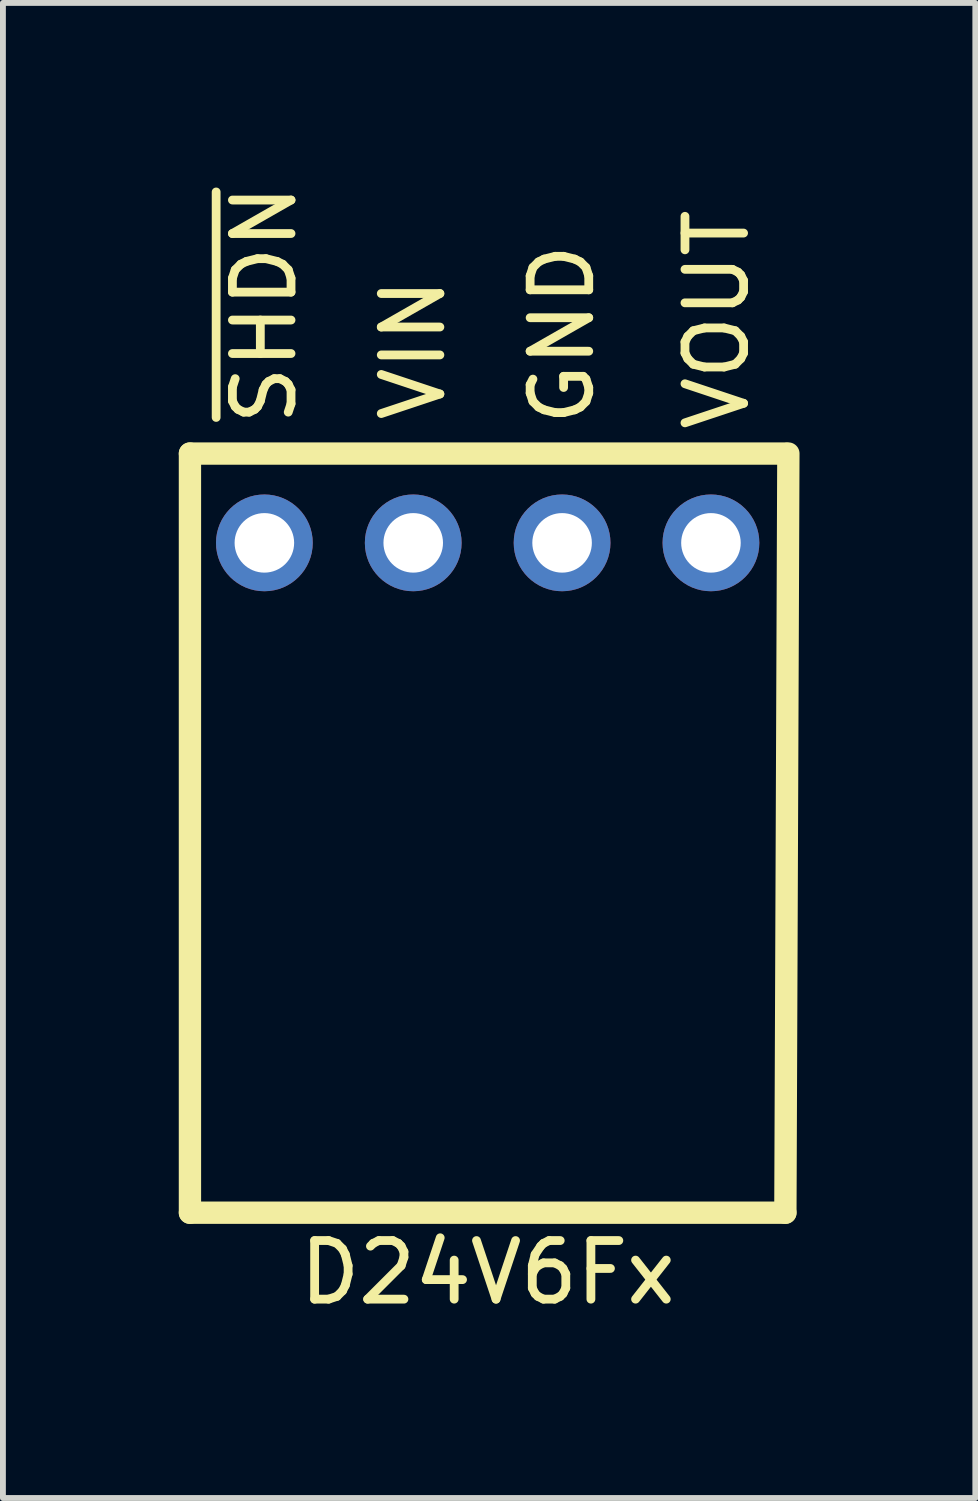
<source format=kicad_pcb>
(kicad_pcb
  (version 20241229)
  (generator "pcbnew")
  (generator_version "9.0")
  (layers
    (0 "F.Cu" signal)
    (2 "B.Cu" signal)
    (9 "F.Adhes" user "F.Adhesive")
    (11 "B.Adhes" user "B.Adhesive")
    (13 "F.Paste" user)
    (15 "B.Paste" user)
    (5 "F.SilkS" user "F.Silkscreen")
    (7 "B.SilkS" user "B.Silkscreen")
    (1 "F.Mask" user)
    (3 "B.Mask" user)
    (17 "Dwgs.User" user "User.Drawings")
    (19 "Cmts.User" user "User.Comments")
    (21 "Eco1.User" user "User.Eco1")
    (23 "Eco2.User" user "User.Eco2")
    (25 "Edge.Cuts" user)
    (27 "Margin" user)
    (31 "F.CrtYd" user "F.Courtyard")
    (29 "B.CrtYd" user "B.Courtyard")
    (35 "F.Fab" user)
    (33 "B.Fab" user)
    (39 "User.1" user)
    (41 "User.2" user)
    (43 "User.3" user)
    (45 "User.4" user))
  (footprint "D24V6Fx"
    (layer "F.Cu")
    (at 5.271 6.213)
    (property "Reference" "D24V6Fx" (at 0 12.45 0) (layer "F.SilkS") (effects (font (size 1 1) (thickness 0.15))))
    (fp_line (start -5.08 -1.524) (end -5.08 11.43) (stroke (width 0.381) (type solid)) (layer "F.SilkS"))
    (fp_line (start -5.08 -1.524) (end 5.08 -1.524) (stroke (width 0.381) (type solid)) (layer "F.SilkS"))
    (fp_line (start -5.08 11.43) (end 5.08 11.43) (stroke (width 0.381) (type solid)) (layer "F.SilkS"))
    (fp_line (start 5.131 -1.524) (end 5.08 11.43) (stroke (width 0.381) (type solid)) (layer "F.SilkS"))
    (fp_text user "VIN" (at -1.27 -3.302 90) (layer "F.SilkS") (effects (font (size 1 1) (thickness 0.15))))
    (fp_text user "GND" (at 1.27 -3.556 90) (layer "F.SilkS") (effects (font (size 1 1) (thickness 0.15))))
    (fp_text user "~{SHDN}" (at -3.81 -4.064 90) (layer "F.SilkS") (effects (font (size 1 1) (thickness 0.15))))
    (fp_text user "VOUT" (at 3.912 -3.81 90) (layer "F.SilkS") (effects (font (size 1 1) (thickness 0.15))))
    (pad "1" thru_hole circle (at -3.81 0) (size 1.651 1.651) (drill 1.016) (layers "*.Cu" "*.Mask"))
    (pad "2" thru_hole circle (at -1.27 0) (size 1.651 1.651) (drill 1.016) (layers "*.Cu" "*.Mask"))
    (pad "3" thru_hole circle (at 1.27 0) (size 1.651 1.651) (drill 1.016) (layers "*.Cu" "*.Mask"))
    (pad "4" thru_hole circle (at 3.81 0) (size 1.651 1.651) (drill 1.016) (layers "*.Cu" "*.Mask")))
  (gr_rect
    (start -3 -3)
    (end 13.592 22.511)
    (stroke (width 0.1) (type default))
    (fill no)
    (layer "Edge.Cuts")))
</source>
